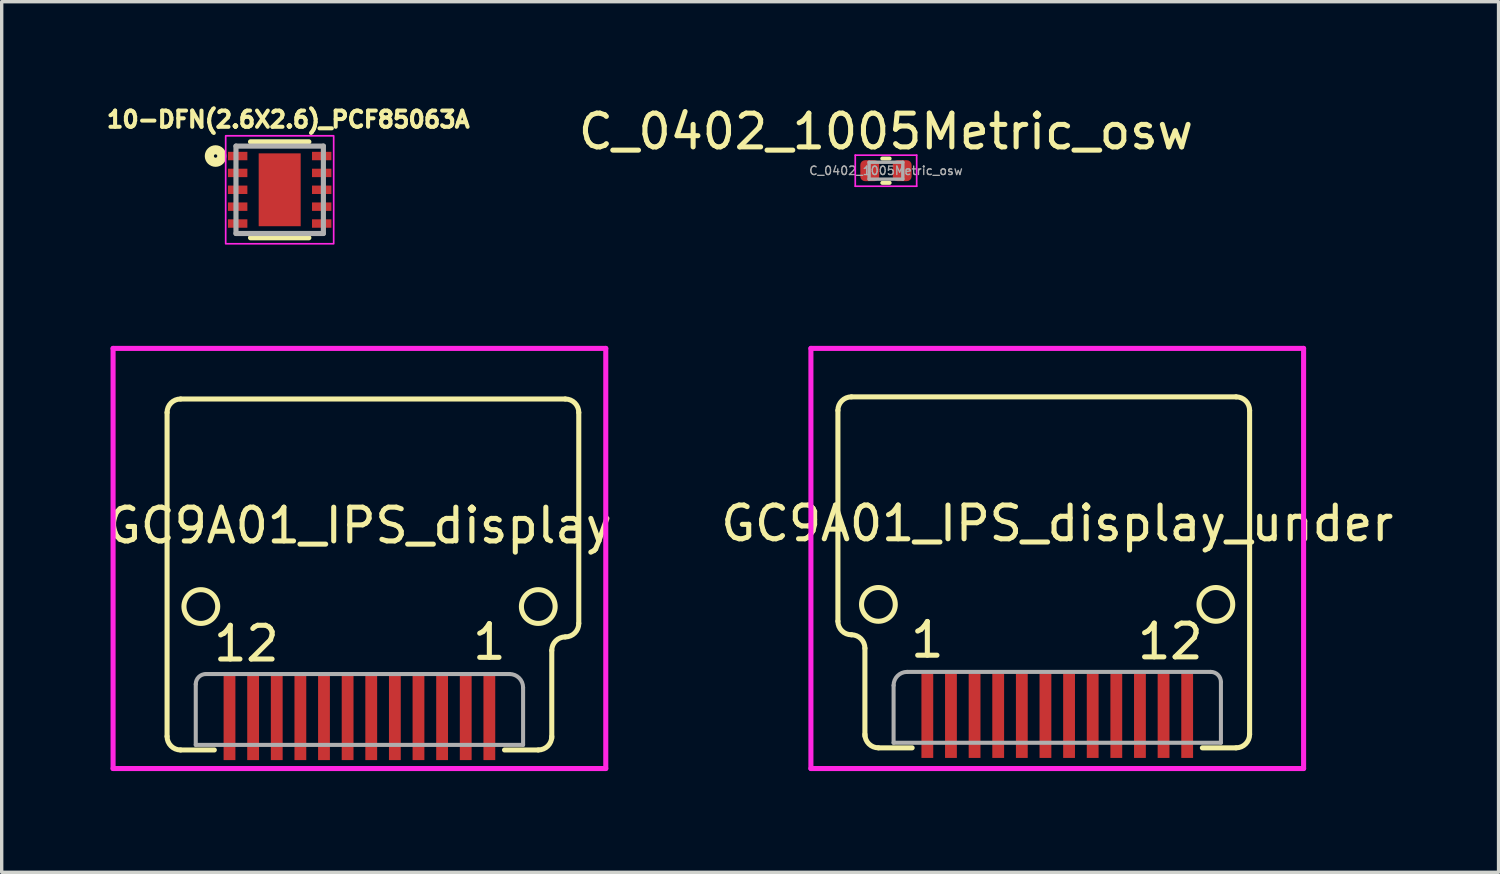
<source format=kicad_pcb>
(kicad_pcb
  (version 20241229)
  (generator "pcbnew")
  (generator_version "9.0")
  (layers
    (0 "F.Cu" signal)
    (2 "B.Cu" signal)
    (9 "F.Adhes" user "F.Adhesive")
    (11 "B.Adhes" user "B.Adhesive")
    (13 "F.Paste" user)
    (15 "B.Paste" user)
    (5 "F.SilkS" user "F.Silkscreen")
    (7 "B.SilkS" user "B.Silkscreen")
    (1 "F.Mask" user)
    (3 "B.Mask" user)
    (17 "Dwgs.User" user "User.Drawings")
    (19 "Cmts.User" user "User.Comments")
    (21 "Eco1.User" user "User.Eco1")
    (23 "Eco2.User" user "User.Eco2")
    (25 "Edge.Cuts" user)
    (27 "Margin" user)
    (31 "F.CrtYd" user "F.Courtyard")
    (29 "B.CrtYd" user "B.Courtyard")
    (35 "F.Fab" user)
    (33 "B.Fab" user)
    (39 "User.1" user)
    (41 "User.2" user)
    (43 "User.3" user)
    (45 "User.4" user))
  (footprint "GC9A01_IPS_display_under"
    (layer "F.Cu")
    (at 28.28 17.974)
    (property "Reference" "GC9A01_IPS_display_under" (at 0 -5.513 0) (layer "F.SilkS") (effects (font (size 1 1) (thickness 0.15))))
    (attr smd)
    (fp_line (start -6.5 -8.864) (end -6.5 -2.614) (stroke (width 0.15) (type solid)) (layer "F.SilkS"))
    (fp_line (start -6.1 -9.264) (end 5.3 -9.264) (stroke (width 0.15) (type solid)) (layer "F.SilkS"))
    (fp_line (start -5.7 -1.813) (end -5.7 0.786) (stroke (width 0.15) (type solid)) (layer "F.SilkS"))
    (fp_line (start -4.3 1.137) (end -5.3 1.137) (stroke (width 0.15) (type solid)) (layer "F.SilkS"))
    (fp_line (start 5.3 1.137) (end 4.3 1.137) (stroke (width 0.15) (type solid)) (layer "F.SilkS"))
    (fp_line (start 5.7 -8.864) (end 5.7 0.737) (stroke (width 0.15) (type solid)) (layer "F.SilkS"))
    (fp_arc (start -6.5 -8.8635) (mid -6.382843 -9.146343) (end -6.1 -9.2635) (stroke (width 0.15) (type solid)) (layer "F.SilkS"))
    (fp_arc (start -6.1 -2.2135) (mid -6.382843 -2.330657) (end -6.5 -2.6135) (stroke (width 0.15) (type solid)) (layer "F.SilkS"))
    (fp_arc (start -6.1 -2.2135) (mid -5.817157 -2.096343) (end -5.7 -1.8135) (stroke (width 0.15) (type solid)) (layer "F.SilkS"))
    (fp_arc (start -5.3 1.1365) (mid -5.582843 1.019343) (end -5.7 0.7365) (stroke (width 0.15) (type solid)) (layer "F.SilkS"))
    (fp_arc (start 5.3 -9.2635) (mid 5.582843 -9.146343) (end 5.7 -8.8635) (stroke (width 0.15) (type solid)) (layer "F.SilkS"))
    (fp_arc (start 5.7 0.7365) (mid 5.582843 1.019343) (end 5.3 1.1365) (stroke (width 0.15) (type solid)) (layer "F.SilkS"))
    (fp_circle (center -5.3 -3.114) (end -5.8 -3.114) (stroke (width 0.15) (type solid)) (fill no) (layer "F.SilkS"))
    (fp_circle (center 4.7 -3.114) (end 4.2 -3.114) (stroke (width 0.15) (type solid)) (fill no) (layer "F.SilkS"))
    (fp_line (start -7.3 -10.7) (end -7.3 1.75) (stroke (width 0.15) (type solid)) (layer "F.CrtYd"))
    (fp_line (start -7.3 1.75) (end 7.3 1.75) (stroke (width 0.15) (type solid)) (layer "F.CrtYd"))
    (fp_line (start 7.3 -10.7) (end -7.3 -10.7) (stroke (width 0.15) (type solid)) (layer "F.CrtYd"))
    (fp_line (start 7.3 1.75) (end 7.3 -10.7) (stroke (width 0.15) (type solid)) (layer "F.CrtYd"))
    (fp_line (start -4.85 0.987) (end -4.85 -0.714) (stroke (width 0.12) (type solid)) (layer "F.Fab"))
    (fp_line (start 4.55 -1.113) (end -4.45 -1.113) (stroke (width 0.12) (type solid)) (layer "F.Fab"))
    (fp_line (start 4.85 0.987) (end -4.85 0.987) (stroke (width 0.12) (type solid)) (layer "F.Fab"))
    (fp_line (start 4.85 0.987) (end 4.85 -0.814) (stroke (width 0.12) (type solid)) (layer "F.Fab"))
    (fp_arc (start -4.85 -0.7135) (mid -4.732843 -0.996343) (end -4.45 -1.1135) (stroke (width 0.12) (type solid)) (layer "F.Fab"))
    (fp_arc (start 4.55 -1.1135) (mid 4.762132 -1.025632) (end 4.85 -0.8135) (stroke (width 0.12) (type solid)) (layer "F.Fab"))
    (fp_text user "1" (at -3.85 -2.063 0) (layer "F.SilkS") (effects (font (size 1 1) (thickness 0.15))))
    (fp_text user "12" (at 3.35 -2.014 0) (layer "F.SilkS") (effects (font (size 1 1) (thickness 0.15))))
    (pad "1" smd rect (at -3.85 0.186) (size 0.35 2.5) (layers "F.Cu" "F.Mask" "F.Paste"))
    (pad "2" smd rect (at -3.15 0.186) (size 0.35 2.5) (layers "F.Cu" "F.Mask" "F.Paste"))
    (pad "3" smd rect (at -2.45 0.186) (size 0.35 2.5) (layers "F.Cu" "F.Mask" "F.Paste"))
    (pad "4" smd rect (at -1.75 0.186) (size 0.35 2.5) (layers "F.Cu" "F.Mask" "F.Paste"))
    (pad "5" smd rect (at -1.05 0.186) (size 0.35 2.5) (layers "F.Cu" "F.Mask" "F.Paste"))
    (pad "6" smd rect (at -0.35 0.186) (size 0.35 2.5) (layers "F.Cu" "F.Mask" "F.Paste"))
    (pad "7" smd rect (at 0.35 0.186) (size 0.35 2.5) (layers "F.Cu" "F.Mask" "F.Paste"))
    (pad "8" smd rect (at 1.05 0.186) (size 0.35 2.5) (layers "F.Cu" "F.Mask" "F.Paste"))
    (pad "9" smd rect (at 1.75 0.186) (size 0.35 2.5) (layers "F.Cu" "F.Mask" "F.Paste"))
    (pad "10" smd rect (at 2.45 0.186) (size 0.35 2.5) (layers "F.Cu" "F.Mask" "F.Paste"))
    (pad "11" smd rect (at 3.15 0.186) (size 0.35 2.5) (layers "F.Cu" "F.Mask" "F.Paste"))
    (pad "12" smd rect (at 3.85 0.186) (size 0.35 2.5) (layers "F.Cu" "F.Mask" "F.Paste")))
  (footprint "GC9A01_IPS_display"
    (layer "F.Cu")
    (at 7.601 17.974)
    (property "Reference" "GC9A01_IPS_display" (at 0 -5.45 0) (layer "F.SilkS") (effects (font (size 1 1) (thickness 0.15))))
    (attr smd)
    (fp_line (start -5.7 -8.8) (end -5.7 0.8) (stroke (width 0.15) (type solid)) (layer "F.SilkS"))
    (fp_line (start -5.3 1.2) (end -4.3 1.2) (stroke (width 0.15) (type solid)) (layer "F.SilkS"))
    (fp_line (start 4.3 1.2) (end 5.3 1.2) (stroke (width 0.15) (type solid)) (layer "F.SilkS"))
    (fp_line (start 5.7 -1.75) (end 5.7 0.85) (stroke (width 0.15) (type solid)) (layer "F.SilkS"))
    (fp_line (start 6.1 -9.2) (end -5.3 -9.2) (stroke (width 0.15) (type solid)) (layer "F.SilkS"))
    (fp_line (start 6.5 -8.8) (end 6.5 -2.55) (stroke (width 0.15) (type solid)) (layer "F.SilkS"))
    (fp_arc (start -5.7 -8.8) (mid -5.582843 -9.082843) (end -5.3 -9.2) (stroke (width 0.15) (type solid)) (layer "F.SilkS"))
    (fp_arc (start -5.3 1.2) (mid -5.582843 1.082843) (end -5.7 0.8) (stroke (width 0.15) (type solid)) (layer "F.SilkS"))
    (fp_arc (start 5.7 -1.75) (mid 5.817157 -2.032843) (end 6.1 -2.15) (stroke (width 0.15) (type solid)) (layer "F.SilkS"))
    (fp_arc (start 5.7 0.8) (mid 5.582843 1.082843) (end 5.3 1.2) (stroke (width 0.15) (type solid)) (layer "F.SilkS"))
    (fp_arc (start 6.1 -9.2) (mid 6.382843 -9.082843) (end 6.5 -8.8) (stroke (width 0.15) (type solid)) (layer "F.SilkS"))
    (fp_arc (start 6.5 -2.55) (mid 6.382843 -2.267157) (end 6.1 -2.15) (stroke (width 0.15) (type solid)) (layer "F.SilkS"))
    (fp_circle (center -4.7 -3.05) (end -4.2 -3.05) (stroke (width 0.15) (type solid)) (fill no) (layer "F.SilkS"))
    (fp_circle (center 5.3 -3.05) (end 5.8 -3.05) (stroke (width 0.15) (type solid)) (fill no) (layer "F.SilkS"))
    (fp_line (start -7.3 -10.7) (end -7.3 1.75) (stroke (width 0.15) (type solid)) (layer "F.CrtYd"))
    (fp_line (start -7.3 1.75) (end 7.3 1.75) (stroke (width 0.15) (type solid)) (layer "F.CrtYd"))
    (fp_line (start 7.3 -10.7) (end -7.3 -10.7) (stroke (width 0.15) (type solid)) (layer "F.CrtYd"))
    (fp_line (start 7.3 1.75) (end 7.3 -10.7) (stroke (width 0.15) (type solid)) (layer "F.CrtYd"))
    (fp_line (start -4.85 1.05) (end -4.85 -0.75) (stroke (width 0.12) (type solid)) (layer "F.Fab"))
    (fp_line (start -4.85 1.05) (end 4.85 1.05) (stroke (width 0.12) (type solid)) (layer "F.Fab"))
    (fp_line (start -4.55 -1.05) (end 4.45 -1.05) (stroke (width 0.12) (type solid)) (layer "F.Fab"))
    (fp_line (start 4.85 1.05) (end 4.85 -0.65) (stroke (width 0.12) (type solid)) (layer "F.Fab"))
    (fp_arc (start -4.85 -0.75) (mid -4.762132 -0.962132) (end -4.55 -1.05) (stroke (width 0.12) (type solid)) (layer "F.Fab"))
    (fp_arc (start 4.45 -1.05) (mid 4.732843 -0.932843) (end 4.85 -0.65) (stroke (width 0.12) (type solid)) (layer "F.Fab"))
    (fp_text user "1" (at 3.85 -2 0) (layer "F.SilkS") (effects (font (size 1 1) (thickness 0.15))))
    (fp_text user "12" (at -3.35 -1.95 0) (layer "F.SilkS") (effects (font (size 1 1) (thickness 0.15))))
    (pad "1" smd rect (at 3.85 0.25) (size 0.35 2.5) (layers "F.Cu" "F.Mask" "F.Paste"))
    (pad "2" smd rect (at 3.15 0.25) (size 0.35 2.5) (layers "F.Cu" "F.Mask" "F.Paste"))
    (pad "3" smd rect (at 2.45 0.25) (size 0.35 2.5) (layers "F.Cu" "F.Mask" "F.Paste"))
    (pad "4" smd rect (at 1.75 0.25) (size 0.35 2.5) (layers "F.Cu" "F.Mask" "F.Paste"))
    (pad "5" smd rect (at 1.05 0.25) (size 0.35 2.5) (layers "F.Cu" "F.Mask" "F.Paste"))
    (pad "6" smd rect (at 0.35 0.25) (size 0.35 2.5) (layers "F.Cu" "F.Mask" "F.Paste"))
    (pad "7" smd rect (at -0.35 0.25) (size 0.35 2.5) (layers "F.Cu" "F.Mask" "F.Paste"))
    (pad "8" smd rect (at -1.05 0.25) (size 0.35 2.5) (layers "F.Cu" "F.Mask" "F.Paste"))
    (pad "9" smd rect (at -1.75 0.25) (size 0.35 2.5) (layers "F.Cu" "F.Mask" "F.Paste"))
    (pad "10" smd rect (at -2.45 0.25) (size 0.35 2.5) (layers "F.Cu" "F.Mask" "F.Paste"))
    (pad "11" smd rect (at -3.15 0.25) (size 0.35 2.5) (layers "F.Cu" "F.Mask" "F.Paste"))
    (pad "12" smd rect (at -3.85 0.25) (size 0.35 2.5) (layers "F.Cu" "F.Mask" "F.Paste")))
  (footprint "10-DFN(2.6X2.6)_PCF85063A"
    (layer "F.Cu")
    (at 5.238 2.574)
    (property "Reference" "10-DFN(2.6X2.6)_PCF85063A" (at 0.254 -2.083 0) (layer "F.SilkS") (effects (font (size 0.48 0.48) (thickness 0.15))))
    (attr smd)
    (fp_line (start -0.864 1.422) (end 0.864 1.422) (stroke (width 0.152) (type solid)) (layer "F.SilkS"))
    (fp_line (start 0.864 -1.422) (end -0.864 -1.422) (stroke (width 0.152) (type solid)) (layer "F.SilkS"))
    (fp_circle (center -1.9 -1) (end -1.85 -1) (stroke (width 0.27) (type solid)) (fill no) (layer "F.SilkS"))
    (fp_rect (start -1.6 -1.6) (end 1.6 1.6) (stroke (width 0.05) (type solid)) (fill no) (layer "F.CrtYd"))
    (fp_line (start -1.295 -1.295) (end -1.295 1.295) (stroke (width 0.152) (type solid)) (layer "F.Fab"))
    (fp_line (start -1.295 1.295) (end 1.295 1.295) (stroke (width 0.152) (type solid)) (layer "F.Fab"))
    (fp_line (start 1.295 -1.295) (end -1.295 -1.295) (stroke (width 0.152) (type solid)) (layer "F.Fab"))
    (fp_line (start 1.295 1.295) (end 1.295 -1.295) (stroke (width 0.152) (type solid)) (layer "F.Fab"))
    (pad "1" smd rect (at -1.245 -1 270) (size 0.25 0.575) (layers "F.Cu" "F.Mask" "F.Paste"))
    (pad "2" smd rect (at -1.245 -0.5 270) (size 0.25 0.575) (layers "F.Cu" "F.Mask" "F.Paste"))
    (pad "3" smd rect (at -1.245 0 270) (size 0.25 0.575) (layers "F.Cu" "F.Mask" "F.Paste"))
    (pad "4" smd rect (at -1.245 0.5 270) (size 0.25 0.575) (layers "F.Cu" "F.Mask" "F.Paste"))
    (pad "5" smd rect (at -1.245 1 270) (size 0.25 0.575) (layers "F.Cu" "F.Mask" "F.Paste"))
    (pad "6" smd rect (at 1.245 1 270) (size 0.25 0.575) (layers "F.Cu" "F.Mask" "F.Paste"))
    (pad "7" smd rect (at 1.245 0.5 270) (size 0.25 0.575) (layers "F.Cu" "F.Mask" "F.Paste"))
    (pad "8" smd rect (at 1.245 0 270) (size 0.25 0.575) (layers "F.Cu" "F.Mask" "F.Paste"))
    (pad "9" smd rect (at 1.245 -0.5 270) (size 0.25 0.575) (layers "F.Cu" "F.Mask" "F.Paste"))
    (pad "10" smd rect (at 1.245 -1 270) (size 0.25 0.575) (layers "F.Cu" "F.Mask" "F.Paste"))
    (pad "11" smd rect (at 0 0) (size 1.245 2.159) (layers "F.Cu" "F.Mask")))
  (footprint "C_0402_1005Metric_osw"
    (layer "F.Cu")
    (at 23.204 2.008)
    (property "Reference" "C_0402_1005Metric_osw" (at 0 -1.16 0) (layer "F.SilkS") (effects (font (size 1 1) (thickness 0.15))))
    (attr smd)
    (fp_line (start -0.108 -0.36) (end 0.108 -0.36) (stroke (width 0.12) (type solid)) (layer "F.SilkS"))
    (fp_line (start -0.108 0.36) (end 0.108 0.36) (stroke (width 0.12) (type solid)) (layer "F.SilkS"))
    (fp_line (start -0.91 -0.46) (end 0.91 -0.46) (stroke (width 0.05) (type solid)) (layer "F.CrtYd"))
    (fp_line (start -0.91 0.46) (end -0.91 -0.46) (stroke (width 0.05) (type solid)) (layer "F.CrtYd"))
    (fp_line (start 0.91 -0.46) (end 0.91 0.46) (stroke (width 0.05) (type solid)) (layer "F.CrtYd"))
    (fp_line (start 0.91 0.46) (end -0.91 0.46) (stroke (width 0.05) (type solid)) (layer "F.CrtYd"))
    (fp_line (start -0.5 -0.25) (end 0.5 -0.25) (stroke (width 0.1) (type solid)) (layer "F.Fab"))
    (fp_line (start -0.5 0.25) (end -0.5 -0.25) (stroke (width 0.1) (type solid)) (layer "F.Fab"))
    (fp_line (start 0.5 -0.25) (end 0.5 0.25) (stroke (width 0.1) (type solid)) (layer "F.Fab"))
    (fp_line (start 0.5 0.25) (end -0.5 0.25) (stroke (width 0.1) (type solid)) (layer "F.Fab"))
    (fp_text user "${REFERENCE}" (at 0 0 0) (layer "F.Fab") (effects (font (size 0.25 0.25) (thickness 0.04))))
    (pad "1" smd roundrect (at -0.48 0) (size 0.56 0.62) (layers "F.Cu" "F.Mask" "F.Paste") (roundrect_rratio 0.25))
    (pad "2" smd roundrect (at 0.48 0) (size 0.56 0.62) (layers "F.Cu" "F.Mask" "F.Paste") (roundrect_rratio 0.25)))
  (gr_rect
    (start -3 -3)
    (end 41.357 22.799)
    (stroke (width 0.1) (type default))
    (fill no)
    (layer "Edge.Cuts")))
</source>
